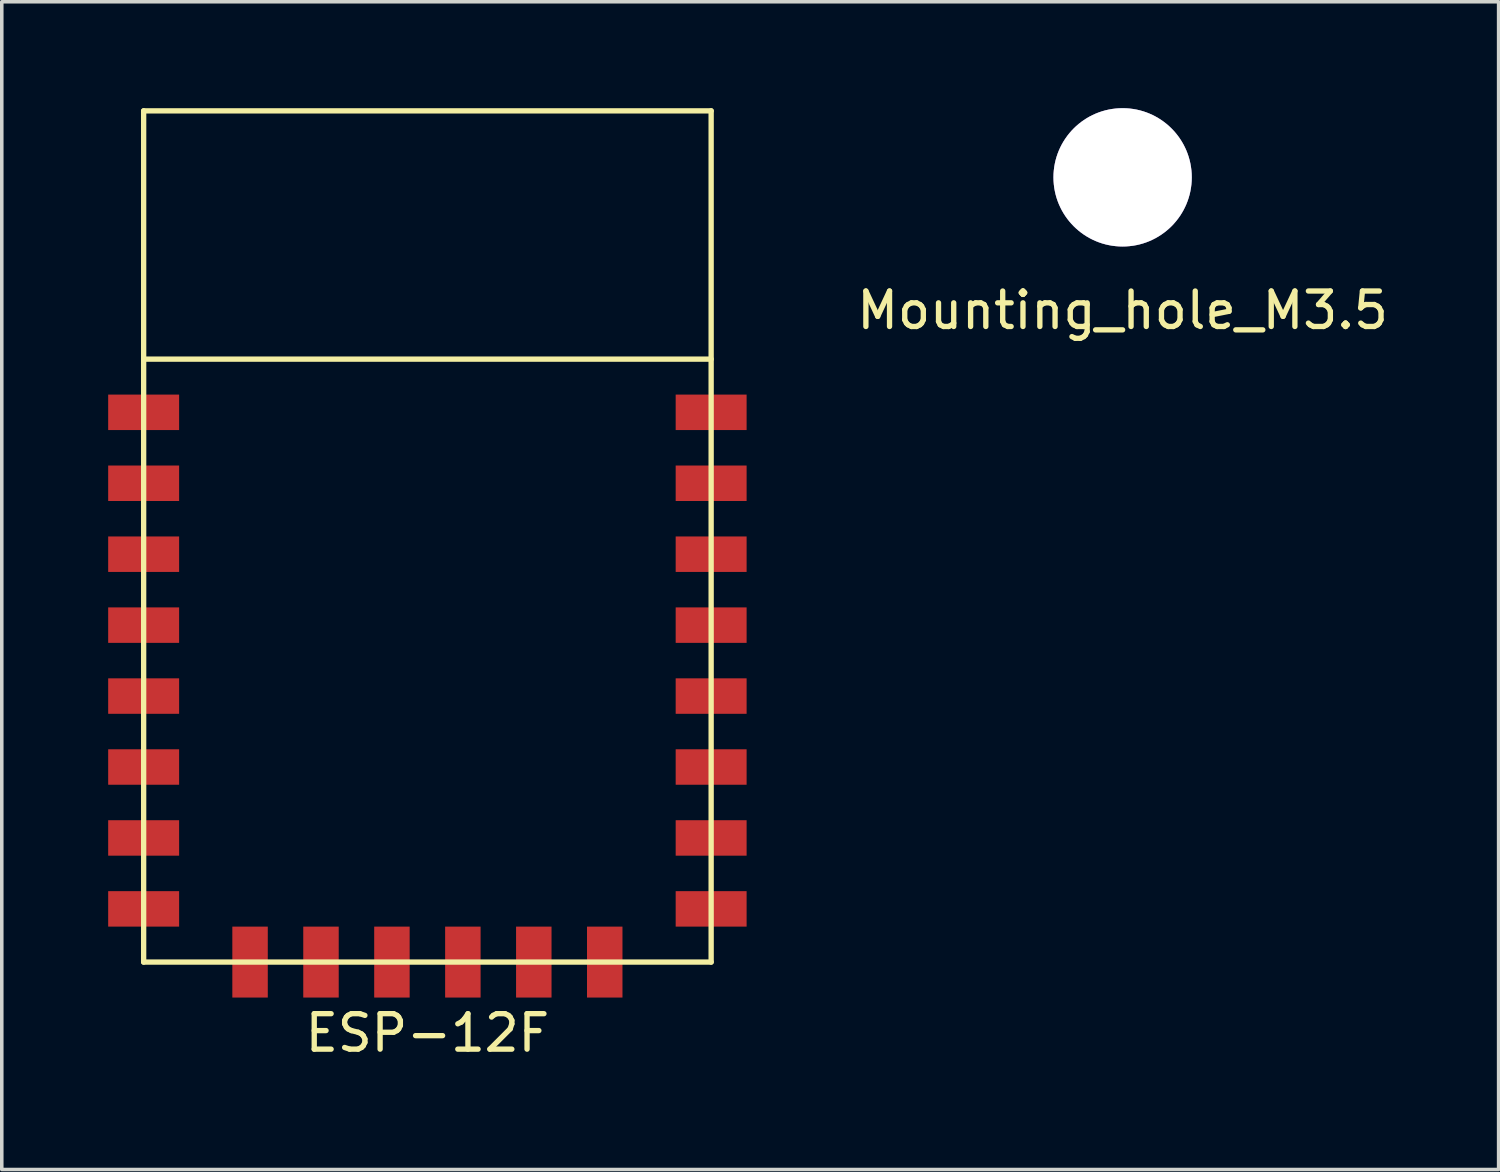
<source format=kicad_pcb>
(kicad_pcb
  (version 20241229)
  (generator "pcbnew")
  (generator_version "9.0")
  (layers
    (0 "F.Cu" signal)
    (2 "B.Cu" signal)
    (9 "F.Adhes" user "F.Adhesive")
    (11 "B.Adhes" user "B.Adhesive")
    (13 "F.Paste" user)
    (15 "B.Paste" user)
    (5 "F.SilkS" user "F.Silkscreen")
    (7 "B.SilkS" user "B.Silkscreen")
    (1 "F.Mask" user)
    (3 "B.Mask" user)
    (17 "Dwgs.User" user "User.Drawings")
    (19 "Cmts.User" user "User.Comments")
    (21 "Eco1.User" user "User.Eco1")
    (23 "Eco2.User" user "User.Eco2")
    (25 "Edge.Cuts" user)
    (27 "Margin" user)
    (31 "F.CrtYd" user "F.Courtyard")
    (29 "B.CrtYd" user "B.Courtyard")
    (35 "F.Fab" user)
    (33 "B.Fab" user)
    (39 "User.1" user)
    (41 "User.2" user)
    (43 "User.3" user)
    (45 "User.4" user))
  (footprint "ESP-12F"
    (layer "F.Cu")
    (at 9 12.575)
    (property "Reference" "ESP-12F" (at 0 13.5 0) (layer "F.SilkS") (effects (font (size 1 1) (thickness 0.15))))
    (attr through_hole)
    (fp_line (start -8 -12.5) (end 8 -12.5) (stroke (width 0.15) (type solid)) (layer "F.SilkS"))
    (fp_line (start -8 -5.5) (end 8 -5.5) (stroke (width 0.15) (type solid)) (layer "F.SilkS"))
    (fp_line (start -8 11.5) (end -8 -12.5) (stroke (width 0.15) (type solid)) (layer "F.SilkS"))
    (fp_line (start 8 -12.5) (end 8 11.5) (stroke (width 0.15) (type solid)) (layer "F.SilkS"))
    (fp_line (start 8 11.5) (end -8 11.5) (stroke (width 0.15) (type solid)) (layer "F.SilkS"))
    (pad "1" smd rect (at -8 -4) (size 2 1) (layers "F.Cu" "F.Mask" "F.Paste"))
    (pad "2" smd rect (at -8 -2) (size 2 1) (layers "F.Cu" "F.Mask" "F.Paste"))
    (pad "3" smd rect (at -8 0) (size 2 1) (layers "F.Cu" "F.Mask" "F.Paste"))
    (pad "4" smd rect (at -8 2) (size 2 1) (layers "F.Cu" "F.Mask" "F.Paste"))
    (pad "5" smd rect (at -8 4) (size 2 1) (layers "F.Cu" "F.Mask" "F.Paste"))
    (pad "6" smd rect (at -8 6) (size 2 1) (layers "F.Cu" "F.Mask" "F.Paste"))
    (pad "7" smd rect (at -8 8) (size 2 1) (layers "F.Cu" "F.Mask" "F.Paste"))
    (pad "8" smd rect (at -8 10) (size 2 1) (layers "F.Cu" "F.Mask" "F.Paste"))
    (pad "9" smd rect (at -5 11.5) (size 1 2) (layers "F.Cu" "F.Mask" "F.Paste"))
    (pad "10" smd rect (at -3 11.5) (size 1 2) (layers "F.Cu" "F.Mask" "F.Paste"))
    (pad "11" smd rect (at -1 11.5) (size 1 2) (layers "F.Cu" "F.Mask" "F.Paste"))
    (pad "13" smd rect (at 1 11.5) (size 1 2) (layers "F.Cu" "F.Mask" "F.Paste"))
    (pad "14" smd rect (at 3 11.5) (size 1 2) (layers "F.Cu" "F.Mask" "F.Paste"))
    (pad "15" smd rect (at 5 11.5) (size 1 2) (layers "F.Cu" "F.Mask" "F.Paste"))
    (pad "15" smd rect (at 8 10) (size 2 1) (layers "F.Cu" "F.Mask" "F.Paste"))
    (pad "16" smd rect (at 8 8) (size 2 1) (layers "F.Cu" "F.Mask" "F.Paste"))
    (pad "17" smd rect (at 8 6) (size 2 1) (layers "F.Cu" "F.Mask" "F.Paste"))
    (pad "18" smd rect (at 8 4) (size 2 1) (layers "F.Cu" "F.Mask" "F.Paste"))
    (pad "19" smd rect (at 8 2) (size 2 1) (layers "F.Cu" "F.Mask" "F.Paste"))
    (pad "20" smd rect (at 8 0) (size 2 1) (layers "F.Cu" "F.Mask" "F.Paste"))
    (pad "21" smd rect (at 8 -2) (size 2 1) (layers "F.Cu" "F.Mask" "F.Paste"))
    (pad "22" smd rect (at 8 -4) (size 2 1) (layers "F.Cu" "F.Mask" "F.Paste")))
  (footprint "Mounting_hole_M3.5"
    (layer "F.Cu")
    (at 28.601 1.95)
    (property "Reference" "Mounting_hole_M3.5" (at 0 3.75 0) (layer "F.SilkS") (effects (font (size 1 1) (thickness 0.15))))
    (attr through_hole)
    (pad "" thru_hole circle (at 0 0) (size 3.9 3.9) (drill 3.9) (layers "*.Cu" "*.Mask")))
  (gr_rect
    (start -3 -3)
    (end 39.202 29.923)
    (stroke (width 0.1) (type default))
    (fill no)
    (layer "Edge.Cuts")))
</source>
